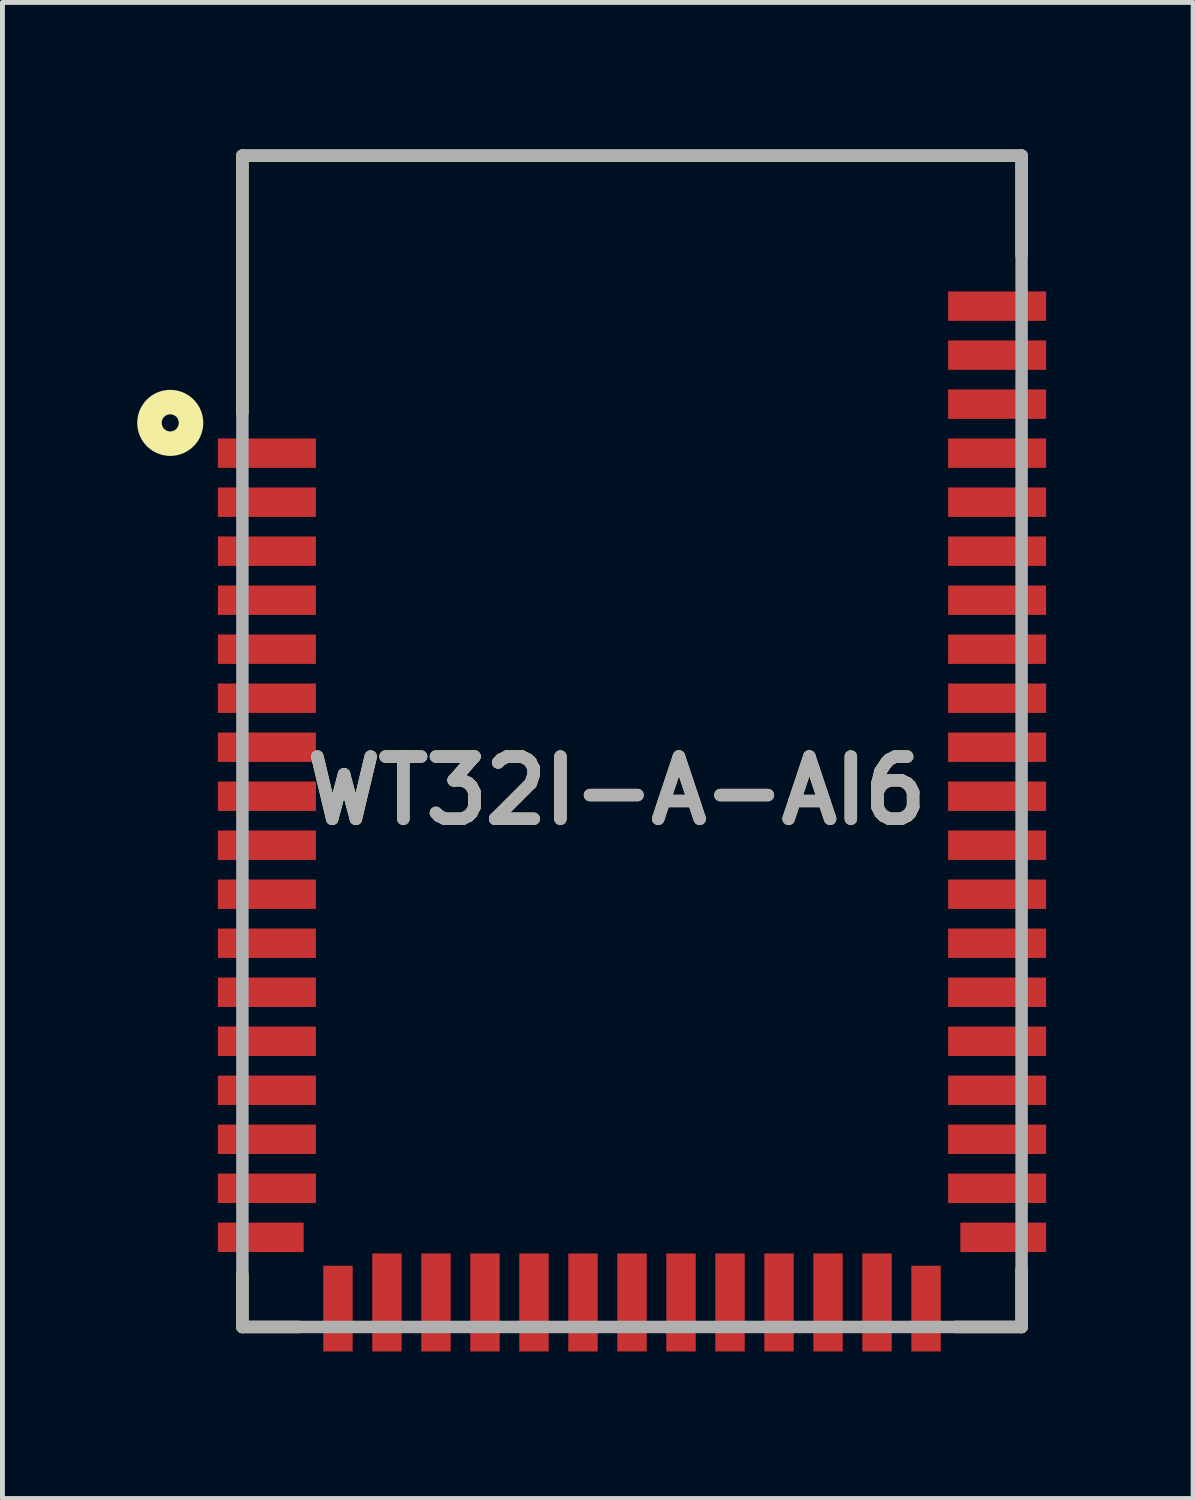
<source format=kicad_pcb>
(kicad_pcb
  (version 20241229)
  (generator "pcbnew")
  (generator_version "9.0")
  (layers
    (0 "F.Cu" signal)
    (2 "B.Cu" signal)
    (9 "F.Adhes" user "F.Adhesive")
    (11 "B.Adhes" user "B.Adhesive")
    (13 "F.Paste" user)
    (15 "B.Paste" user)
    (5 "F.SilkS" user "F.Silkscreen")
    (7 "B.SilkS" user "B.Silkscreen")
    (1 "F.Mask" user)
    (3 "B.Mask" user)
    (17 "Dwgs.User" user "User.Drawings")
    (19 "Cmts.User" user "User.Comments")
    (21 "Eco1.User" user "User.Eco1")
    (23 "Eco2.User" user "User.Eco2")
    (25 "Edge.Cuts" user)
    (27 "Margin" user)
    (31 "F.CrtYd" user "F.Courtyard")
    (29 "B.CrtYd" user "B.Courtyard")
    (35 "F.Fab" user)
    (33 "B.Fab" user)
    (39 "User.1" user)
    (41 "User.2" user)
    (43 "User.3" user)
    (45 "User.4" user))
  (footprint "WT32I-A-AI6"
    (layer "F.Cu")
    (at 9.846 23.527)
    (property "Reference" "WT32I-A-AI6" (at -0.312 -10.444 0) (layer "F.SilkS") (effects (font (size 1.27 1.27) (thickness 0.254))))
    (attr smd)
    (fp_line (start -7.95 -23.4) (end -7.95 -18.158) (stroke (width 0.254) (type solid)) (layer "F.SilkS"))
    (fp_line (start -7.95 -23.4) (end 7.95 -23.4) (stroke (width 0.254) (type solid)) (layer "F.SilkS"))
    (fp_line (start -7.95 0.5) (end -7.95 -0.566) (stroke (width 0.254) (type solid)) (layer "F.SilkS"))
    (fp_line (start -7.95 0.5) (end -6.804 0.5) (stroke (width 0.254) (type solid)) (layer "F.SilkS"))
    (fp_line (start 7.95 -23.4) (end 7.95 -21.369) (stroke (width 0.254) (type solid)) (layer "F.SilkS"))
    (fp_line (start 7.95 0.5) (end 6.6 0.5) (stroke (width 0.254) (type solid)) (layer "F.SilkS"))
    (fp_line (start 7.95 0.5) (end 7.95 -0.67) (stroke (width 0.254) (type solid)) (layer "F.SilkS"))
    (fp_circle (center -9.422 -17.948) (end -9.422 -17.774) (stroke (width 0.5) (type solid)) (fill no) (layer "F.SilkS"))
    (fp_line (start -7.95 -23.4) (end 7.95 -23.4) (stroke (width 0.254) (type solid)) (layer "F.Fab"))
    (fp_line (start -7.95 0.5) (end -7.95 -23.4) (stroke (width 0.254) (type solid)) (layer "F.Fab"))
    (fp_line (start 7.95 -23.4) (end 7.95 0.5) (stroke (width 0.254) (type solid)) (layer "F.Fab"))
    (fp_line (start 7.95 0.5) (end -7.95 0.5) (stroke (width 0.254) (type solid)) (layer "F.Fab"))
    (fp_text user "${REFERENCE}" (at -0.312 -10.444 0) (layer "F.Fab") (effects (font (size 1.27 1.27) (thickness 0.254))))
    (pad "1" smd rect (at -7.45 -17.33 90) (size 0.6 2) (layers "F.Cu" "F.Mask" "F.Paste"))
    (pad "2" smd rect (at -7.45 -16.33 90) (size 0.6 2) (layers "F.Cu" "F.Mask" "F.Paste"))
    (pad "3" smd rect (at -7.45 -15.33 90) (size 0.6 2) (layers "F.Cu" "F.Mask" "F.Paste"))
    (pad "4" smd rect (at -7.45 -14.33 90) (size 0.6 2) (layers "F.Cu" "F.Mask" "F.Paste"))
    (pad "5" smd rect (at -7.45 -13.33 90) (size 0.6 2) (layers "F.Cu" "F.Mask" "F.Paste"))
    (pad "6" smd rect (at -7.45 -12.33 90) (size 0.6 2) (layers "F.Cu" "F.Mask" "F.Paste"))
    (pad "7" smd rect (at -7.45 -11.33 90) (size 0.6 2) (layers "F.Cu" "F.Mask" "F.Paste"))
    (pad "8" smd rect (at -7.45 -10.33 90) (size 0.6 2) (layers "F.Cu" "F.Mask" "F.Paste"))
    (pad "9" smd rect (at -7.45 -9.33 90) (size 0.6 2) (layers "F.Cu" "F.Mask" "F.Paste"))
    (pad "10" smd rect (at -7.45 -8.33 90) (size 0.6 2) (layers "F.Cu" "F.Mask" "F.Paste"))
    (pad "11" smd rect (at -7.45 -7.33 90) (size 0.6 2) (layers "F.Cu" "F.Mask" "F.Paste"))
    (pad "12" smd rect (at -7.45 -6.33 90) (size 0.6 2) (layers "F.Cu" "F.Mask" "F.Paste"))
    (pad "13" smd rect (at -7.45 -5.33 90) (size 0.6 2) (layers "F.Cu" "F.Mask" "F.Paste"))
    (pad "14" smd rect (at -7.45 -4.33 90) (size 0.6 2) (layers "F.Cu" "F.Mask" "F.Paste"))
    (pad "15" smd rect (at -7.45 -3.33 90) (size 0.6 2) (layers "F.Cu" "F.Mask" "F.Paste"))
    (pad "16" smd rect (at -7.45 -2.33 90) (size 0.6 2) (layers "F.Cu" "F.Mask" "F.Paste"))
    (pad "17" smd rect (at -7.575 -1.33 90) (size 0.6 1.75) (layers "F.Cu" "F.Mask" "F.Paste"))
    (pad "18" smd rect (at -6 0.125) (size 0.6 1.75) (layers "F.Cu" "F.Mask" "F.Paste"))
    (pad "19" smd rect (at -5 0) (size 0.6 2) (layers "F.Cu" "F.Mask" "F.Paste"))
    (pad "20" smd rect (at -4 0) (size 0.6 2) (layers "F.Cu" "F.Mask" "F.Paste"))
    (pad "21" smd rect (at -3 0) (size 0.6 2) (layers "F.Cu" "F.Mask" "F.Paste"))
    (pad "22" smd rect (at -2 0) (size 0.6 2) (layers "F.Cu" "F.Mask" "F.Paste"))
    (pad "23" smd rect (at -1 0) (size 0.6 2) (layers "F.Cu" "F.Mask" "F.Paste"))
    (pad "24" smd rect (at 0 0) (size 0.6 2) (layers "F.Cu" "F.Mask" "F.Paste"))
    (pad "25" smd rect (at 1 0) (size 0.6 2) (layers "F.Cu" "F.Mask" "F.Paste"))
    (pad "26" smd rect (at 2 0) (size 0.6 2) (layers "F.Cu" "F.Mask" "F.Paste"))
    (pad "27" smd rect (at 3 0) (size 0.6 2) (layers "F.Cu" "F.Mask" "F.Paste"))
    (pad "28" smd rect (at 4 0) (size 0.6 2) (layers "F.Cu" "F.Mask" "F.Paste"))
    (pad "29" smd rect (at 5 0) (size 0.6 2) (layers "F.Cu" "F.Mask" "F.Paste"))
    (pad "30" smd rect (at 6 0.125) (size 0.6 1.75) (layers "F.Cu" "F.Mask" "F.Paste"))
    (pad "31" smd rect (at 7.575 -1.33 90) (size 0.6 1.75) (layers "F.Cu" "F.Mask" "F.Paste"))
    (pad "32" smd rect (at 7.45 -2.33 90) (size 0.6 2) (layers "F.Cu" "F.Mask" "F.Paste"))
    (pad "33" smd rect (at 7.45 -3.33 90) (size 0.6 2) (layers "F.Cu" "F.Mask" "F.Paste"))
    (pad "34" smd rect (at 7.45 -4.33 90) (size 0.6 2) (layers "F.Cu" "F.Mask" "F.Paste"))
    (pad "35" smd rect (at 7.45 -5.33 90) (size 0.6 2) (layers "F.Cu" "F.Mask" "F.Paste"))
    (pad "36" smd rect (at 7.45 -6.33 90) (size 0.6 2) (layers "F.Cu" "F.Mask" "F.Paste"))
    (pad "37" smd rect (at 7.45 -7.33 90) (size 0.6 2) (layers "F.Cu" "F.Mask" "F.Paste"))
    (pad "38" smd rect (at 7.45 -8.33 90) (size 0.6 2) (layers "F.Cu" "F.Mask" "F.Paste"))
    (pad "39" smd rect (at 7.45 -9.33 90) (size 0.6 2) (layers "F.Cu" "F.Mask" "F.Paste"))
    (pad "40" smd rect (at 7.45 -10.33 90) (size 0.6 2) (layers "F.Cu" "F.Mask" "F.Paste"))
    (pad "41" smd rect (at 7.45 -11.33 90) (size 0.6 2) (layers "F.Cu" "F.Mask" "F.Paste"))
    (pad "42" smd rect (at 7.45 -12.33 90) (size 0.6 2) (layers "F.Cu" "F.Mask" "F.Paste"))
    (pad "43" smd rect (at 7.45 -13.33 90) (size 0.6 2) (layers "F.Cu" "F.Mask" "F.Paste"))
    (pad "44" smd rect (at 7.45 -14.33 90) (size 0.6 2) (layers "F.Cu" "F.Mask" "F.Paste"))
    (pad "45" smd rect (at 7.45 -15.33 90) (size 0.6 2) (layers "F.Cu" "F.Mask" "F.Paste"))
    (pad "46" smd rect (at 7.45 -16.33 90) (size 0.6 2) (layers "F.Cu" "F.Mask" "F.Paste"))
    (pad "47" smd rect (at 7.45 -17.33 90) (size 0.6 2) (layers "F.Cu" "F.Mask" "F.Paste"))
    (pad "48" smd rect (at 7.45 -18.33 90) (size 0.6 2) (layers "F.Cu" "F.Mask" "F.Paste"))
    (pad "49" smd rect (at 7.45 -19.33 90) (size 0.6 2) (layers "F.Cu" "F.Mask" "F.Paste"))
    (pad "50" smd rect (at 7.45 -20.33 90) (size 0.6 2) (layers "F.Cu" "F.Mask" "F.Paste")))
  (gr_rect
    (start -3 -3)
    (end 21.296 27.527)
    (stroke (width 0.1) (type default))
    (fill no)
    (layer "Edge.Cuts")))
</source>
